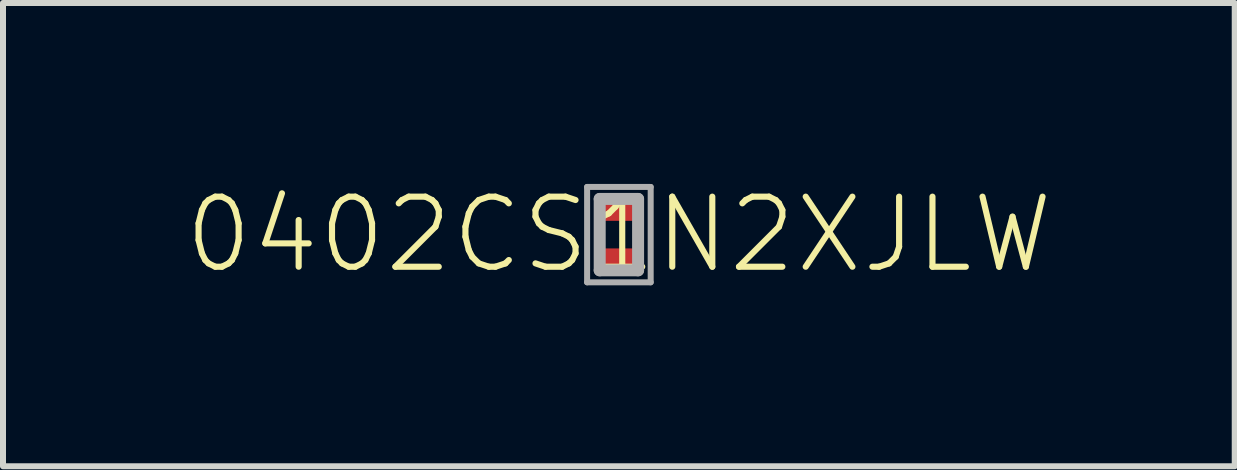
<source format=kicad_pcb>
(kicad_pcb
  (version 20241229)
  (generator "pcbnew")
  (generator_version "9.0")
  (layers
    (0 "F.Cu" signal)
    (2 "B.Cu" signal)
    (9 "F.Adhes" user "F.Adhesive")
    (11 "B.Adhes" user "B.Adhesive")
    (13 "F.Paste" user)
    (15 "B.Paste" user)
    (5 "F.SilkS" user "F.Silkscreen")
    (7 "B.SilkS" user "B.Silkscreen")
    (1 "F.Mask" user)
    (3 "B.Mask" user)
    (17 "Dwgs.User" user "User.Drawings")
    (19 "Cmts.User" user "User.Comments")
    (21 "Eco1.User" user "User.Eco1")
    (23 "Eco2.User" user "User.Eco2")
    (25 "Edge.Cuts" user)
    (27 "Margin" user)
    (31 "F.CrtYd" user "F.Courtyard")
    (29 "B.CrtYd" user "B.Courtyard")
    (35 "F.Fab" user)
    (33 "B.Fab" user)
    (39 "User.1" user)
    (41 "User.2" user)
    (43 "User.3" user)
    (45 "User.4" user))
  (footprint "0402CS1N2XJLW"
    (layer "F.Cu")
    (at 7.269 0.862)
    (property "Reference" "0402CS1N2XJLW" (at 0 0 0) (layer "F.SilkS") (effects (font (size 1.168 1.168) (thickness 0.102))))
    (fp_line (start -0.32 -0.1) (end -0.32 0.1) (stroke (width 0.1) (type solid)) (layer "F.SilkS"))
    (fp_line (start 0.32 -0.1) (end 0.32 0.1) (stroke (width 0.1) (type solid)) (layer "F.SilkS"))
    (fp_line (start -0.53 -0.795) (end 0.53 -0.795) (stroke (width 0.1) (type solid)) (layer "F.Fab"))
    (fp_line (start -0.53 0.795) (end -0.53 -0.795) (stroke (width 0.1) (type solid)) (layer "F.Fab"))
    (fp_line (start -0.32 -0.595) (end 0.32 -0.595) (stroke (width 0.2) (type solid)) (layer "F.Fab"))
    (fp_line (start -0.32 0.595) (end -0.32 -0.595) (stroke (width 0.2) (type solid)) (layer "F.Fab"))
    (fp_line (start 0.32 -0.595) (end 0.32 0.595) (stroke (width 0.2) (type solid)) (layer "F.Fab"))
    (fp_line (start 0.32 0.595) (end -0.32 0.595) (stroke (width 0.2) (type solid)) (layer "F.Fab"))
    (fp_line (start 0.53 -0.795) (end 0.53 0.795) (stroke (width 0.1) (type solid)) (layer "F.Fab"))
    (fp_line (start 0.53 0.795) (end -0.53 0.795) (stroke (width 0.1) (type solid)) (layer "F.Fab"))
    (pad "1" smd rect (at 0 -0.41) (size 0.66 0.36) (layers "F.Cu" "F.Mask" "F.Paste"))
    (pad "2" smd rect (at 0 0.41) (size 0.66 0.36) (layers "F.Cu" "F.Mask" "F.Paste")))
  (gr_rect
    (start -3 -3)
    (end 17.537 4.724)
    (stroke (width 0.1) (type default))
    (fill no)
    (layer "Edge.Cuts")))
</source>
